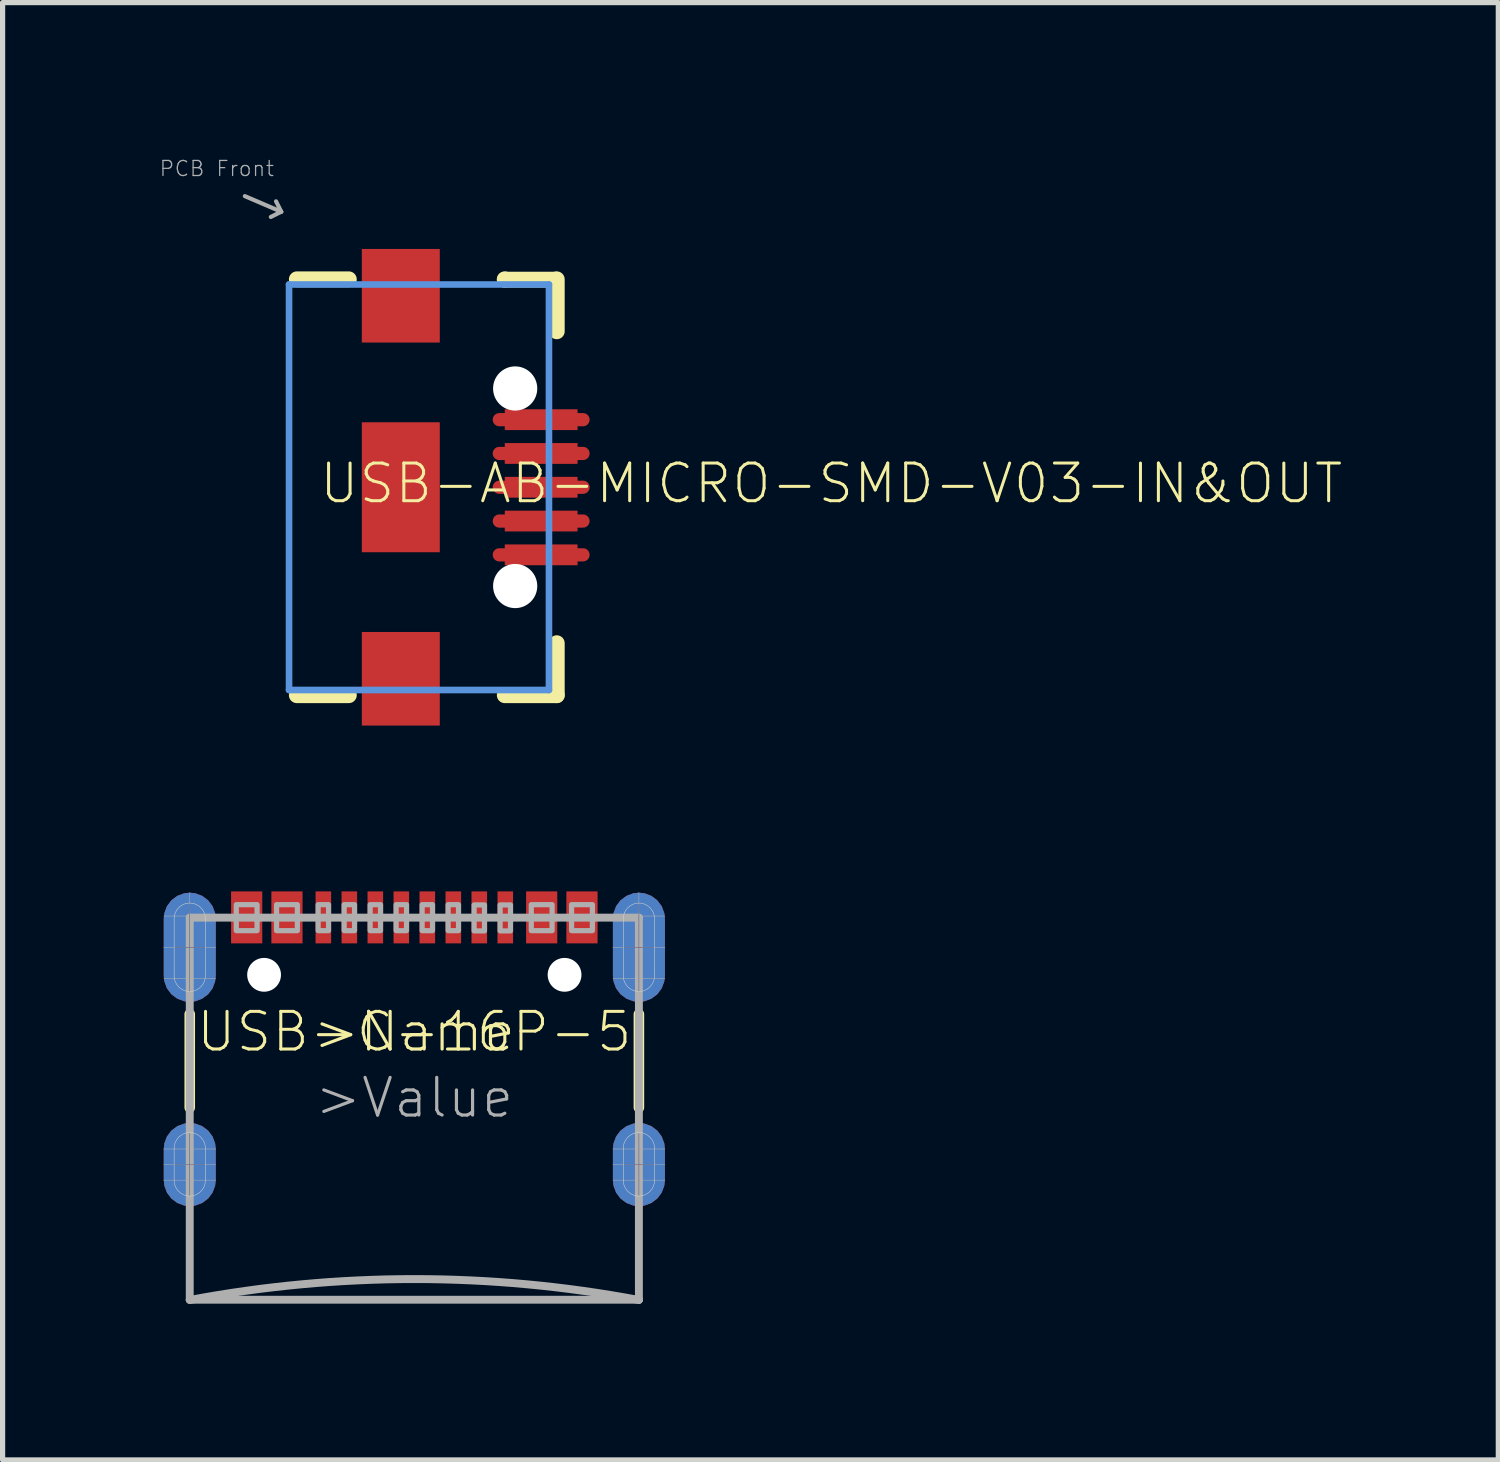
<source format=kicad_pcb>
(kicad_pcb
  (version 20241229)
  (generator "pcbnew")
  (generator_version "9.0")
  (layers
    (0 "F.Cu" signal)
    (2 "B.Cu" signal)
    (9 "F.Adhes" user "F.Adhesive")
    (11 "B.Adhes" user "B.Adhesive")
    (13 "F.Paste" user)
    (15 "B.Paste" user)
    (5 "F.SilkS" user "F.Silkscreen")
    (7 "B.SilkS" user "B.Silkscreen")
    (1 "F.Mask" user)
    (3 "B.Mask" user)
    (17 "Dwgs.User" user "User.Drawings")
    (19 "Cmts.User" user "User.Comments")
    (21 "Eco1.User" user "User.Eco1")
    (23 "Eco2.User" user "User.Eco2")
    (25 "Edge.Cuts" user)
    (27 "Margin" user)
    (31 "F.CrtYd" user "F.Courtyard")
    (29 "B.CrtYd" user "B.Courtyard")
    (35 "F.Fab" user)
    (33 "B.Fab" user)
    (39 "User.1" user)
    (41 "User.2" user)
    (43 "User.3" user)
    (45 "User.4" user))
  (footprint "USB-C-16P-5"
    (layer "F.Cu")
    (at 4.92 14.257)
    (property "Reference" "USB-C-16P-5" (at 0 2.54 180) (layer "F.SilkS") (effects (font (size 0.724 0.724) (thickness 0.058))))
    (attr through_hole)
    (fp_poly (pts (xy -4.92 1.52) (xy -4.92 0.32) (xy -4.885 0.143) (xy -4.796 -0.015) (xy -4.664 -0.138) (xy -4.32 -0.235) (xy -4.14 -0.214) (xy -3.976 -0.138) (xy -3.844 -0.015) (xy -3.755 0.143) (xy -3.72 0.32) (xy -3.72 1.52) (xy -3.757 1.696) (xy -3.846 1.851) (xy -3.978 1.972) (xy -4.32 2.065) (xy -4.498 2.045) (xy -4.662 1.972) (xy -4.794 1.851)) (stroke (width 0) (type solid)) (fill yes) (layer "F.Mask"))
    (fp_poly (pts (xy -4.92 5.4) (xy -4.92 4.8) (xy -4.891 4.614) (xy -4.806 4.445) (xy -4.674 4.312) (xy -4.506 4.225) (xy -4.32 4.195) (xy -4.134 4.225) (xy -3.966 4.312) (xy -3.834 4.445) (xy -3.72 4.8) (xy -3.72 5.4) (xy -3.75 5.585) (xy -3.836 5.751) (xy -3.968 5.882) (xy -4.32 5.995) (xy -4.505 5.967) (xy -4.672 5.882) (xy -4.804 5.751)) (stroke (width 0) (type solid)) (fill yes) (layer "F.Mask"))
    (fp_poly (pts (xy 3.72 1.52) (xy 3.72 0.32) (xy 3.755 0.143) (xy 3.844 -0.015) (xy 3.976 -0.138) (xy 4.32 -0.235) (xy 4.5 -0.214) (xy 4.664 -0.138) (xy 4.796 -0.015) (xy 4.885 0.143) (xy 4.92 0.32) (xy 4.92 1.52) (xy 4.883 1.696) (xy 4.794 1.851) (xy 4.662 1.972) (xy 4.32 2.065) (xy 4.142 2.045) (xy 3.978 1.972) (xy 3.846 1.851)) (stroke (width 0) (type solid)) (fill yes) (layer "F.Mask"))
    (fp_poly (pts (xy 3.72 5.4) (xy 3.72 4.8) (xy 3.749 4.614) (xy 3.834 4.445) (xy 3.966 4.312) (xy 4.134 4.225) (xy 4.32 4.195) (xy 4.506 4.225) (xy 4.674 4.312) (xy 4.806 4.445) (xy 4.92 4.8) (xy 4.92 5.4) (xy 4.89 5.585) (xy 4.804 5.751) (xy 4.672 5.882) (xy 4.32 5.995) (xy 4.135 5.967) (xy 3.968 5.882) (xy 3.836 5.751)) (stroke (width 0) (type solid)) (fill yes) (layer "F.Mask"))
    (fp_line (start -4.32 2.2) (end -4.32 4) (stroke (width 0.203) (type solid)) (layer "F.SilkS"))
    (fp_line (start 4.32 2.2) (end 4.32 4) (stroke (width 0.203) (type solid)) (layer "F.SilkS"))
    (fp_poly (pts (xy -4.82 1.52) (xy -4.82 0.32) (xy -4.784 0.14) (xy -4.682 -0.012) (xy -4.35 -0.15) (xy -4.194 -0.135) (xy -4.05 -0.072) (xy -3.933 0.032) (xy -3.82 0.32) (xy -3.82 1.52) (xy -3.876 1.7) (xy -3.996 1.845) (xy -4.35 1.95) (xy -4.524 1.923) (xy -4.674 1.832)) (stroke (width 0) (type solid)) (fill yes) (layer "F.Paste"))
    (fp_poly (pts (xy -4.82 5.4) (xy -4.82 4.8) (xy -4.792 4.643) (xy -4.717 4.502) (xy -4.602 4.392) (xy -4.3 4.3) (xy -4.113 4.341) (xy -3.956 4.451) (xy -3.82 4.8) (xy -3.82 5.4) (xy -3.853 5.588) (xy -3.956 5.749) (xy -4.3 5.9) (xy -4.458 5.878) (xy -4.602 5.808) (xy -4.717 5.698)) (stroke (width 0) (type solid)) (fill yes) (layer "F.Paste"))
    (fp_poly (pts (xy 3.82 1.57) (xy 3.82 0.37) (xy 3.838 0.215) (xy 3.904 0.072) (xy 4.01 -0.043) (xy 4.146 -0.119) (xy 4.3 -0.15) (xy 4.454 -0.133) (xy 4.596 -0.07) (xy 4.711 0.034) (xy 4.82 0.32) (xy 4.82 1.52) (xy 4.767 1.698) (xy 4.649 1.843) (xy 4.3 1.95) (xy 4.132 1.936) (xy 3.981 1.859)) (stroke (width 0) (type solid)) (fill yes) (layer "F.Paste"))
    (fp_poly (pts (xy 3.82 5.45) (xy 3.82 4.85) (xy 3.834 4.689) (xy 3.898 4.541) (xy 4.004 4.419) (xy 4.3 4.3) (xy 4.458 4.322) (xy 4.602 4.392) (xy 4.717 4.502) (xy 4.82 4.8) (xy 4.82 5.4) (xy 4.789 5.587) (xy 4.689 5.747) (xy 4.35 5.9) (xy 4.197 5.888) (xy 4.054 5.83) (xy 3.937 5.73)) (stroke (width 0) (type solid)) (fill yes) (layer "F.Paste"))
    (fp_line (start -4.62 1.465) (end -4.62 0.365) (stroke (width 0.01) (type solid)) (layer "Edge.Cuts"))
    (fp_line (start -4.62 5.4) (end -4.62 4.78) (stroke (width 0.01) (type solid)) (layer "Edge.Cuts"))
    (fp_line (start -4.02 1.465) (end -4.02 0.365) (stroke (width 0.01) (type solid)) (layer "Edge.Cuts"))
    (fp_line (start -4.02 5.4) (end -4.02 4.78) (stroke (width 0.01) (type solid)) (layer "Edge.Cuts"))
    (fp_line (start 4.02 1.465) (end 4.02 0.365) (stroke (width 0.01) (type solid)) (layer "Edge.Cuts"))
    (fp_line (start 4.02 5.4) (end 4.02 4.78) (stroke (width 0.01) (type solid)) (layer "Edge.Cuts"))
    (fp_line (start 4.62 1.465) (end 4.62 0.365) (stroke (width 0.01) (type solid)) (layer "Edge.Cuts"))
    (fp_line (start 4.62 5.4) (end 4.62 4.78) (stroke (width 0.01) (type solid)) (layer "Edge.Cuts"))
    (fp_arc (start -4.62 0.365) (mid -4.32 0.065) (end -4.02 0.365) (stroke (width 0.01) (type solid)) (layer "Edge.Cuts"))
    (fp_arc (start -4.62 4.78) (mid -4.32 4.48) (end -4.02 4.78) (stroke (width 0.01) (type solid)) (layer "Edge.Cuts"))
    (fp_arc (start -4.02 1.465) (mid -4.32 1.765) (end -4.62 1.465) (stroke (width 0.01) (type solid)) (layer "Edge.Cuts"))
    (fp_arc (start -4.02 5.4) (mid -4.32 5.7) (end -4.62 5.4) (stroke (width 0.01) (type solid)) (layer "Edge.Cuts"))
    (fp_arc (start 4.02 0.365) (mid 4.32 0.065) (end 4.62 0.365) (stroke (width 0.01) (type solid)) (layer "Edge.Cuts"))
    (fp_arc (start 4.02 4.78) (mid 4.32 4.48) (end 4.62 4.78) (stroke (width 0.01) (type solid)) (layer "Edge.Cuts"))
    (fp_arc (start 4.62 1.465) (mid 4.32 1.765) (end 4.02 1.465) (stroke (width 0.01) (type solid)) (layer "Edge.Cuts"))
    (fp_arc (start 4.62 5.4) (mid 4.32 5.7) (end 4.02 5.4) (stroke (width 0.01) (type solid)) (layer "Edge.Cuts"))
    (fp_line (start -4.62 0.915) (end -4.02 0.915) (stroke (width 0.01) (type solid)) (layer "B.Fab"))
    (fp_line (start -4.62 5.095) (end -4.02 5.095) (stroke (width 0.01) (type solid)) (layer "B.Fab"))
    (fp_line (start -4.32 0.065) (end -4.32 1.765) (stroke (width 0.01) (type solid)) (layer "B.Fab"))
    (fp_line (start -4.32 4.495) (end -4.32 5.695) (stroke (width 0.01) (type solid)) (layer "B.Fab"))
    (fp_line (start 4.02 0.915) (end 4.62 0.915) (stroke (width 0.01) (type solid)) (layer "B.Fab"))
    (fp_line (start 4.02 5.095) (end 4.62 5.095) (stroke (width 0.01) (type solid)) (layer "B.Fab"))
    (fp_line (start 4.32 0.065) (end 4.32 1.765) (stroke (width 0.01) (type solid)) (layer "B.Fab"))
    (fp_line (start 4.32 4.495) (end 4.32 5.695) (stroke (width 0.01) (type solid)) (layer "B.Fab"))
    (fp_line (start -4.82 0.315) (end -3.82 0.315) (stroke (width 0.01) (type solid)) (layer "F.Fab"))
    (fp_line (start -4.82 0.915) (end -3.82 0.915) (stroke (width 0.01) (type solid)) (layer "F.Fab"))
    (fp_line (start -4.82 1.515) (end -3.82 1.515) (stroke (width 0.01) (type solid)) (layer "F.Fab"))
    (fp_line (start -4.82 4.795) (end -3.82 4.795) (stroke (width 0.01) (type solid)) (layer "F.Fab"))
    (fp_line (start -4.82 5.095) (end -3.82 5.095) (stroke (width 0.01) (type solid)) (layer "F.Fab"))
    (fp_line (start -4.82 5.395) (end -3.82 5.395) (stroke (width 0.01) (type solid)) (layer "F.Fab"))
    (fp_line (start -4.32 -0.135) (end -4.32 0.345) (stroke (width 0.01) (type solid)) (layer "F.Fab"))
    (fp_line (start -4.32 0.345) (end -4.32 1.965) (stroke (width 0.01) (type solid)) (layer "F.Fab"))
    (fp_line (start -4.32 0.345) (end 4.32 0.345) (stroke (width 0.152) (type solid)) (layer "F.Fab"))
    (fp_line (start -4.32 4.295) (end -4.32 5.895) (stroke (width 0.01) (type solid)) (layer "F.Fab"))
    (fp_line (start -4.32 7.695) (end -4.32 0.345) (stroke (width 0.152) (type solid)) (layer "F.Fab"))
    (fp_line (start -4.32 7.695) (end 4.32 7.695) (stroke (width 0.152) (type solid)) (layer "F.Fab"))
    (fp_line (start 3.82 0.315) (end 4.82 0.315) (stroke (width 0.01) (type solid)) (layer "F.Fab"))
    (fp_line (start 3.82 0.915) (end 4.82 0.915) (stroke (width 0.01) (type solid)) (layer "F.Fab"))
    (fp_line (start 3.82 1.515) (end 4.82 1.515) (stroke (width 0.01) (type solid)) (layer "F.Fab"))
    (fp_line (start 3.82 4.795) (end 4.82 4.795) (stroke (width 0.01) (type solid)) (layer "F.Fab"))
    (fp_line (start 3.82 5.095) (end 4.82 5.095) (stroke (width 0.01) (type solid)) (layer "F.Fab"))
    (fp_line (start 3.82 5.395) (end 4.82 5.395) (stroke (width 0.01) (type solid)) (layer "F.Fab"))
    (fp_line (start 4.32 -0.135) (end 4.32 0.345) (stroke (width 0.01) (type solid)) (layer "F.Fab"))
    (fp_line (start 4.32 0.345) (end 4.32 1.965) (stroke (width 0.01) (type solid)) (layer "F.Fab"))
    (fp_line (start 4.32 0.345) (end 4.32 7.695) (stroke (width 0.152) (type solid)) (layer "F.Fab"))
    (fp_line (start 4.32 4.295) (end 4.32 5.895) (stroke (width 0.01) (type solid)) (layer "F.Fab"))
    (fp_arc (start -4.32 7.7) (mid 0 7.297675) (end 4.32 7.7) (stroke (width 0.1524) (type solid)) (layer "F.Fab"))
    (fp_poly (pts (xy -3.425 0.595) (xy -3.025 0.595) (xy -3.025 0.095) (xy -3.425 0.095)) (stroke (width 0.1) (type solid)) (fill no) (layer "F.Fab"))
    (fp_poly (pts (xy -2.65 0.595) (xy -2.25 0.595) (xy -2.25 0.095) (xy -2.65 0.095)) (stroke (width 0.1) (type solid)) (fill no) (layer "F.Fab"))
    (fp_poly (pts (xy -1.85 0.595) (xy -1.65 0.595) (xy -1.65 0.095) (xy -1.85 0.095)) (stroke (width 0.1) (type solid)) (fill no) (layer "F.Fab"))
    (fp_poly (pts (xy -1.35 0.595) (xy -1.15 0.595) (xy -1.15 0.095) (xy -1.35 0.095)) (stroke (width 0.1) (type solid)) (fill no) (layer "F.Fab"))
    (fp_poly (pts (xy -0.85 0.595) (xy -0.65 0.595) (xy -0.65 0.095) (xy -0.85 0.095)) (stroke (width 0.1) (type solid)) (fill no) (layer "F.Fab"))
    (fp_poly (pts (xy -0.35 0.595) (xy -0.15 0.595) (xy -0.15 0.095) (xy -0.35 0.095)) (stroke (width 0.1) (type solid)) (fill no) (layer "F.Fab"))
    (fp_poly (pts (xy 0.15 0.595) (xy 0.35 0.595) (xy 0.35 0.095) (xy 0.15 0.095)) (stroke (width 0.1) (type solid)) (fill no) (layer "F.Fab"))
    (fp_poly (pts (xy 0.65 0.595) (xy 0.85 0.595) (xy 0.85 0.095) (xy 0.65 0.095)) (stroke (width 0.1) (type solid)) (fill no) (layer "F.Fab"))
    (fp_poly (pts (xy 1.15 0.6) (xy 1.35 0.6) (xy 1.35 0.1) (xy 1.15 0.1)) (stroke (width 0.1) (type solid)) (fill no) (layer "F.Fab"))
    (fp_poly (pts (xy 1.65 0.6) (xy 1.85 0.6) (xy 1.85 0.1) (xy 1.65 0.1)) (stroke (width 0.1) (type solid)) (fill no) (layer "F.Fab"))
    (fp_poly (pts (xy 2.25 0.595) (xy 2.65 0.595) (xy 2.65 0.095) (xy 2.25 0.095)) (stroke (width 0.1) (type solid)) (fill no) (layer "F.Fab"))
    (fp_poly (pts (xy 3.025 0.595) (xy 3.425 0.595) (xy 3.425 0.095) (xy 3.025 0.095)) (stroke (width 0.1) (type solid)) (fill no) (layer "F.Fab"))
    (fp_text user ">Name" (at 0 2.54 0) (layer "F.SilkS") (effects (font (size 0.724 0.724) (thickness 0.061))))
    (fp_text user ">Value" (at 0 3.81 0) (layer "F.Fab") (effects (font (size 0.724 0.724) (thickness 0.061))))
    (pad "" np_thru_hole circle (at -2.89 1.445) (size 0.65 0.65) (drill 0.65) (layers "*.Cu" "*.Mask"))
    (pad "" np_thru_hole circle (at 2.89 1.445) (size 0.65 0.65) (drill 0.65) (layers "*.Cu" "*.Mask"))
    (pad "A5" smd rect (at -1.25 0.34 180) (size 0.3 1) (layers "F.Cu" "F.Mask" "F.Paste"))
    (pad "A6" smd rect (at -0.25 0.34 180) (size 0.3 1) (layers "F.Cu" "F.Mask" "F.Paste"))
    (pad "A7" smd rect (at 0.25 0.34) (size 0.3 1) (layers "F.Cu" "F.Mask" "F.Paste"))
    (pad "A8" smd rect (at 1.25 0.34) (size 0.3 1) (layers "F.Cu" "F.Mask" "F.Paste"))
    (pad "B5" smd rect (at 1.75 0.34) (size 0.3 1) (layers "F.Cu" "F.Mask" "F.Paste"))
    (pad "B6" smd rect (at 0.75 0.34) (size 0.3 1) (layers "F.Cu" "F.Mask" "F.Paste"))
    (pad "B7" smd rect (at -0.75 0.34 180) (size 0.3 1) (layers "F.Cu" "F.Mask" "F.Paste"))
    (pad "B8" smd rect (at -1.75 0.34 180) (size 0.3 1) (layers "F.Cu" "F.Mask" "F.Paste"))
    (pad "GND" smd rect (at -3.225 0.34 180) (size 0.6 1) (layers "F.Cu" "F.Mask" "F.Paste"))
    (pad "GND2" smd rect (at 3.225 0.34) (size 0.6 1) (layers "F.Cu" "F.Mask" "F.Paste"))
    (pad "SHLD1" smd roundrect (at -4.32 0.915 180) (size 1 2.1) (layers "F.Cu" "F.Mask") (roundrect_rratio 0.5))
    (pad "SHLD2" smd roundrect (at 4.32 0.915 180) (size 1 2.1) (layers "F.Cu" "F.Mask") (roundrect_rratio 0.5))
    (pad "SHLD3" smd roundrect (at -4.32 0.915) (size 1 2.1) (layers "B.Cu" "B.Mask") (roundrect_rratio 0.5))
    (pad "SHLD4" smd roundrect (at 4.32 0.915) (size 1 2.1) (layers "B.Cu" "B.Mask") (roundrect_rratio 0.5))
    (pad "SHLD5" smd roundrect (at -4.32 5.095 180) (size 1 1.6) (layers "F.Cu" "F.Mask") (roundrect_rratio 0.5))
    (pad "SHLD6" smd roundrect (at -4.32 5.095) (size 1 1.6) (layers "B.Cu" "B.Mask") (roundrect_rratio 0.5))
    (pad "SHLD7" smd roundrect (at 4.32 5.095) (size 1 1.6) (layers "B.Cu" "B.Mask") (roundrect_rratio 0.5))
    (pad "SHLD8" smd roundrect (at 4.32 5.095 180) (size 1 1.6) (layers "F.Cu" "F.Mask") (roundrect_rratio 0.5))
    (pad "VBUS1" smd rect (at -2.45 0.34 180) (size 0.6 1) (layers "F.Cu" "F.Mask" "F.Paste"))
    (pad "VBUS2" smd rect (at 2.45 0.34) (size 0.6 1) (layers "F.Cu" "F.Mask" "F.Paste")))
  (footprint "USB-AB-MICRO-SMD-V03-IN&OUT"
    (layer "F.Cu")
    (at 4.66 6.323)
    (property "Reference" "USB-AB-MICRO-SMD-V03-IN&OUT" (at -1.6 0.35 180) (layer "F.SilkS") (effects (font (size 0.724 0.724) (thickness 0.058)) (justify left bottom)))
    (attr through_hole)
    (fp_line (start 1.895 -1.3) (end 2.7 -1.3) (stroke (width 0.254) (type solid)) (layer "F.Cu"))
    (fp_line (start 1.895 -0.65) (end 2.7 -0.65) (stroke (width 0.254) (type solid)) (layer "F.Cu"))
    (fp_line (start 1.895 0) (end 2.7 0) (stroke (width 0.254) (type solid)) (layer "F.Cu"))
    (fp_line (start 1.895 0.65) (end 2.7 0.65) (stroke (width 0.254) (type solid)) (layer "F.Cu"))
    (fp_line (start 1.895 1.3) (end 2.7 1.3) (stroke (width 0.254) (type solid)) (layer "F.Cu"))
    (fp_line (start 2.7 -1.3) (end 3.505 -1.3) (stroke (width 0.254) (type solid)) (layer "F.Cu"))
    (fp_line (start 2.7 -0.65) (end 3.505 -0.65) (stroke (width 0.254) (type solid)) (layer "F.Cu"))
    (fp_line (start 2.7 0) (end 3.505 0) (stroke (width 0.254) (type solid)) (layer "F.Cu"))
    (fp_line (start 2.7 0.65) (end 3.505 0.65) (stroke (width 0.254) (type solid)) (layer "F.Cu"))
    (fp_line (start 2.7 1.3) (end 3.505 1.3) (stroke (width 0.254) (type solid)) (layer "F.Cu"))
    (fp_poly (pts (xy -0.75 -2.784) (xy 0.75 -2.784) (xy 0.75 -4.584) (xy -0.75 -4.584)) (stroke (width 0) (type solid)) (fill yes) (layer "F.Cu"))
    (fp_poly (pts (xy -0.75 1.25) (xy 0.75 1.25) (xy 0.75 -1.25) (xy -0.75 -1.25)) (stroke (width 0) (type solid)) (fill yes) (layer "F.Cu"))
    (fp_poly (pts (xy -0.75 4.584) (xy 0.75 4.584) (xy 0.75 2.784) (xy -0.75 2.784)) (stroke (width 0) (type solid)) (fill yes) (layer "F.Cu"))
    (fp_poly (pts (xy -0.85 -2.684) (xy 0.85 -2.684) (xy 0.85 -4.684) (xy -0.85 -4.684)) (stroke (width 0) (type solid)) (fill yes) (layer "F.Mask"))
    (fp_poly (pts (xy -0.85 1.35) (xy 0.85 1.35) (xy 0.85 -1.35) (xy -0.85 -1.35)) (stroke (width 0) (type solid)) (fill yes) (layer "F.Mask"))
    (fp_poly (pts (xy -0.85 4.684) (xy 0.85 4.684) (xy 0.85 2.684) (xy -0.85 2.684)) (stroke (width 0) (type solid)) (fill yes) (layer "F.Mask"))
    (fp_line (start -1 -4) (end -2 -4) (stroke (width 0.305) (type solid)) (layer "F.SilkS"))
    (fp_line (start -1 4) (end -2 4) (stroke (width 0.305) (type solid)) (layer "F.SilkS"))
    (fp_line (start 2 -3.993) (end 2 -4) (stroke (width 0.305) (type solid)) (layer "F.SilkS"))
    (fp_line (start 2 4) (end 3 4) (stroke (width 0.305) (type solid)) (layer "F.SilkS"))
    (fp_line (start 2.982 -3.993) (end 2 -3.993) (stroke (width 0.305) (type solid)) (layer "F.SilkS"))
    (fp_line (start 3 -4) (end 3 -3) (stroke (width 0.305) (type solid)) (layer "F.SilkS"))
    (fp_line (start 3 4) (end 3 3) (stroke (width 0.305) (type solid)) (layer "F.SilkS"))
    (fp_poly (pts (xy -0.75 -2.784) (xy 0.75 -2.784) (xy 0.75 -4.584) (xy -0.75 -4.584)) (stroke (width 0) (type solid)) (fill yes) (layer "F.Paste"))
    (fp_poly (pts (xy -0.75 4.584) (xy 0.75 4.584) (xy 0.75 2.784) (xy -0.75 2.784)) (stroke (width 0) (type solid)) (fill yes) (layer "F.Paste"))
    (fp_poly (pts (xy -0.35 0.75) (xy 0.35 0.75) (xy 0.35 -0.75) (xy -0.35 -0.75)) (stroke (width 0) (type solid)) (fill yes) (layer "F.Paste"))
    (fp_line (start -2.15 -3.9) (end -2.15 3.9) (stroke (width 0.127) (type solid)) (layer "Cmts.User"))
    (fp_line (start 2.85 -3.9) (end -2.15 -3.9) (stroke (width 0.127) (type solid)) (layer "Cmts.User"))
    (fp_line (start 2.85 -3.9) (end 2.85 3.9) (stroke (width 0.127) (type solid)) (layer "Cmts.User"))
    (fp_line (start 2.85 3.9) (end -2.15 3.9) (stroke (width 0.127) (type solid)) (layer "Cmts.User"))
    (fp_line (start -3 -5.6) (end -2.3 -5.3) (stroke (width 0.08) (type solid)) (layer "F.Fab"))
    (fp_line (start -2.3 -5.3) (end -2.5 -5.2) (stroke (width 0.08) (type solid)) (layer "F.Fab"))
    (fp_line (start -2.3 -5.3) (end -2.4 -5.5) (stroke (width 0.08) (type solid)) (layer "F.Fab"))
    (fp_text user "PCB Front" (at -4.66 -5.96 0) (layer "F.Fab") (effects (font (size 0.29 0.29) (thickness 0.024)) (justify left bottom)))
    (pad "" np_thru_hole circle (at 2.2 -1.9) (size 0.85 0.85) (drill 0.85) (layers "*.Cu" "*.Mask"))
    (pad "" np_thru_hole circle (at 2.2 1.9) (size 0.85 0.85) (drill 0.85) (layers "*.Cu" "*.Mask"))
    (pad "D+1" smd rect (at 2.7 0 90) (size 0.4 1.4) (layers "F.Cu" "F.Mask" "F.Paste"))
    (pad "D-1" smd rect (at 2.7 -0.65 90) (size 0.4 1.4) (layers "F.Cu" "F.Mask" "F.Paste"))
    (pad "GND1" smd rect (at 2.7 1.3 90) (size 0.4 1.4) (layers "F.Cu" "F.Mask" "F.Paste"))
    (pad "ID1" smd rect (at 2.7 0.65 90) (size 0.4 1.4) (layers "F.Cu" "F.Mask" "F.Paste"))
    (pad "VBUS1" smd rect (at 2.7 -1.3 90) (size 0.4 1.4) (layers "F.Cu" "F.Mask" "F.Paste")))
  (gr_rect
    (start -3 -3)
    (end 25.772 25.033)
    (stroke (width 0.1) (type default))
    (fill no)
    (layer "Edge.Cuts")))
</source>
